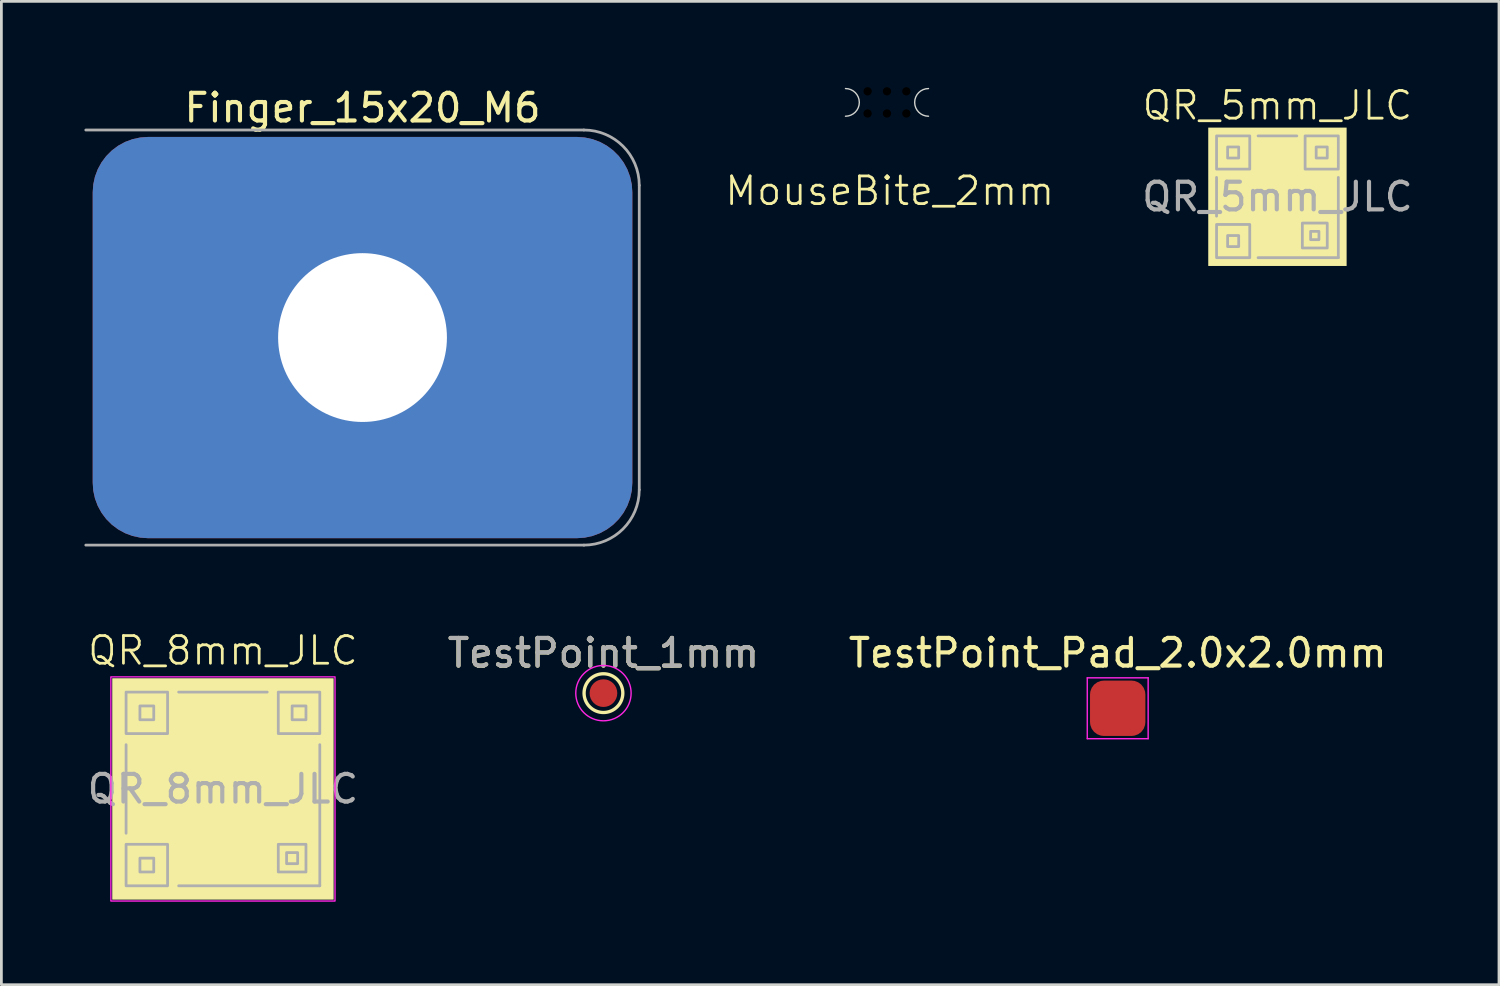
<source format=kicad_pcb>
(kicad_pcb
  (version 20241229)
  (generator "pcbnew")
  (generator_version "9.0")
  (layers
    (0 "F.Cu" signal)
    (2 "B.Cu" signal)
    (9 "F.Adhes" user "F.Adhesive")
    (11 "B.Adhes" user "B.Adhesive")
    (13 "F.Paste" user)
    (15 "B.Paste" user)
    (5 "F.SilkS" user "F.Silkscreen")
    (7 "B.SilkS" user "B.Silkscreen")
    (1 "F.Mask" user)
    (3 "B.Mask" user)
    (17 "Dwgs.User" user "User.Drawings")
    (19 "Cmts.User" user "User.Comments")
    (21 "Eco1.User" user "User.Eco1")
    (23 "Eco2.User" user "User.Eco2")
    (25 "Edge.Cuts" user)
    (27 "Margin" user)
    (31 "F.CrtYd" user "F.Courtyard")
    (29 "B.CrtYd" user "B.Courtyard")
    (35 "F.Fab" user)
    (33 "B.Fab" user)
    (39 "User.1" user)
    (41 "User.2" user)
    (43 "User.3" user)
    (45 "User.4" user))
  (footprint "QR_5mm_JLC"
    (layer "F.Cu")
    (at 43.111 4.061)
    (property "Reference" "QR_5mm_JLC" (at 0 -3.3 0) (unlocked yes) (layer "F.SilkS") (effects (font (size 1 1) (thickness 0.1))))
    (fp_rect (start -2.5 -2.5) (end 2.5 2.5) (stroke (width 0) (type solid)) (fill yes) (layer "F.SilkS"))
    (fp_line (start -2.2 0.7) (end -2.2 -0.7) (stroke (width 0.1) (type default)) (layer "F.Fab"))
    (fp_line (start -0.7 -2.2) (end 0.7 -2.2) (stroke (width 0.1) (type default)) (layer "F.Fab"))
    (fp_line (start 2.2 -0.7) (end 2.2 2.2) (stroke (width 0.1) (type default)) (layer "F.Fab"))
    (fp_line (start 2.2 2.2) (end -0.7 2.2) (stroke (width 0.1) (type default)) (layer "F.Fab"))
    (fp_rect (start -2.2 -2.2) (end -1 -1) (stroke (width 0.1) (type default)) (fill no) (layer "F.Fab"))
    (fp_rect (start -2.2 1) (end -1 2.2) (stroke (width 0.1) (type default)) (fill no) (layer "F.Fab"))
    (fp_rect (start -1.8 -1.8) (end -1.4 -1.4) (stroke (width 0.1) (type solid)) (fill no) (layer "F.Fab"))
    (fp_rect (start -1.8 1.4) (end -1.4 1.8) (stroke (width 0.1) (type solid)) (fill no) (layer "F.Fab"))
    (fp_rect (start 0.9 0.95) (end 1.8 1.85) (stroke (width 0.1) (type default)) (fill no) (layer "F.Fab"))
    (fp_rect (start 1 -2.2) (end 2.2 -1) (stroke (width 0.1) (type default)) (fill no) (layer "F.Fab"))
    (fp_rect (start 1.2 1.25) (end 1.5 1.55) (stroke (width 0.1) (type solid)) (fill no) (layer "F.Fab"))
    (fp_rect (start 1.4 -1.8) (end 1.8 -1.4) (stroke (width 0.1) (type solid)) (fill no) (layer "F.Fab"))
    (fp_text user "${REFERENCE}" (at 0 0 0) (unlocked yes) (layer "F.Fab") (effects (font (size 1 1) (thickness 0.15)))))
  (footprint "TestPoint_Pad_2.0x2.0mm"
    (layer "F.Cu")
    (at 37.339 22.544)
    (property "Reference" "TestPoint_Pad_2.0x2.0mm" (at 0 -1.998 0) (layer "F.SilkS") (effects (font (size 1 1) (thickness 0.15))))
    (attr exclude_from_pos_files exclude_from_bom)
    (fp_line (start -1.1 -1.1) (end -1.1 1.1) (stroke (width 0.05) (type solid)) (layer "F.CrtYd"))
    (fp_line (start -1.1 -1.1) (end 1.1 -1.1) (stroke (width 0.05) (type solid)) (layer "F.CrtYd"))
    (fp_line (start 1.1 1.1) (end -1.1 1.1) (stroke (width 0.05) (type solid)) (layer "F.CrtYd"))
    (fp_line (start 1.1 1.1) (end 1.1 -1.1) (stroke (width 0.05) (type solid)) (layer "F.CrtYd"))
    (pad "1" smd roundrect (at 0 0) (size 2 2) (layers "F.Cu" "F.Mask") (roundrect_rratio 0.25)))
  (footprint "MouseBite_2mm"
    (layer "F.Cu")
    (at 29.002 0.65)
    (property "Reference" "MouseBite_2mm" (at 0.1 3.2 0) (unlocked yes) (layer "F.SilkS") (effects (font (size 1 1) (thickness 0.1))))
    (attr exclude_from_pos_files exclude_from_bom)
    (fp_arc (start -1.5 -0.5) (mid -1 0) (end -1.5 0.5) (stroke (width 0.05) (type default)) (layer "Edge.Cuts"))
    (fp_arc (start 1.5 0.5) (mid 1 0) (end 1.5 -0.5) (stroke (width 0.05) (type default)) (layer "Edge.Cuts"))
    (pad "" np_thru_hole circle (at -0.7 -0.4) (size 0.3 0.3) (drill 0.5) (layers "*.Mask"))
    (pad "" np_thru_hole circle (at -0.7 0.4) (size 0.3 0.3) (drill 0.5) (layers "*.Mask"))
    (pad "" np_thru_hole circle (at 0 -0.4) (size 0.3 0.3) (drill 0.5) (layers "*.Mask"))
    (pad "" np_thru_hole circle (at 0 0.4) (size 0.3 0.3) (drill 0.5) (layers "*.Mask"))
    (pad "" np_thru_hole circle (at 0.7 -0.4) (size 0.3 0.3) (drill 0.5) (layers "*.Mask"))
    (pad "" np_thru_hole circle (at 0.7 0.4) (size 0.3 0.3) (drill 0.5) (layers "*.Mask")))
  (footprint "QR_8mm_JLC"
    (layer "F.Cu")
    (at 5.006 25.459)
    (property "Reference" "QR_8mm_JLC" (at 0 -5 0) (unlocked yes) (layer "F.SilkS") (effects (font (size 1 1) (thickness 0.1))))
    (fp_rect (start -4 -4) (end 4 4) (stroke (width 0) (type solid)) (fill yes) (layer "F.SilkS"))
    (fp_rect (start -4.05 -4.05) (end 4.05 4.05) (stroke (width 0.05) (type default)) (fill no) (layer "F.CrtYd"))
    (fp_line (start -3.5 1.6) (end -3.5 -1.6) (stroke (width 0.1) (type default)) (layer "F.Fab"))
    (fp_line (start -1.6 -3.5) (end 1.6 -3.5) (stroke (width 0.1) (type default)) (layer "F.Fab"))
    (fp_line (start 3.5 -1.6) (end 3.5 3.5) (stroke (width 0.1) (type default)) (layer "F.Fab"))
    (fp_line (start 3.5 3.5) (end -1.6 3.5) (stroke (width 0.1) (type default)) (layer "F.Fab"))
    (fp_rect (start -3.5 -3.5) (end -2 -2) (stroke (width 0.1) (type default)) (fill no) (layer "F.Fab"))
    (fp_rect (start -3.5 2) (end -2 3.5) (stroke (width 0.1) (type default)) (fill no) (layer "F.Fab"))
    (fp_rect (start -3 -3) (end -2.5 -2.5) (stroke (width 0.1) (type solid)) (fill no) (layer "F.Fab"))
    (fp_rect (start -3 2.5) (end -2.5 3) (stroke (width 0.1) (type solid)) (fill no) (layer "F.Fab"))
    (fp_rect (start 2 -3.5) (end 3.5 -2) (stroke (width 0.1) (type default)) (fill no) (layer "F.Fab"))
    (fp_rect (start 2 2) (end 3 3) (stroke (width 0.1) (type default)) (fill no) (layer "F.Fab"))
    (fp_rect (start 2.3 2.3) (end 2.7 2.7) (stroke (width 0.1) (type solid)) (fill no) (layer "F.Fab"))
    (fp_rect (start 2.5 -3) (end 3 -2.5) (stroke (width 0.1) (type solid)) (fill no) (layer "F.Fab"))
    (fp_text user "${REFERENCE}" (at 0 0 0) (unlocked yes) (layer "F.Fab") (effects (font (size 1 1) (thickness 0.15)))))
  (footprint "Finger_15x20_M6"
    (layer "F.Cu")
    (at 10.05 9.148)
    (property "Reference" "Finger_15x20_M6" (at 0 -8.3 0) (unlocked yes) (layer "F.SilkS") (effects (font (size 1 1) (thickness 0.15))))
    (attr through_hole)
    (fp_line (start 8 -7.5) (end -10 -7.5) (stroke (width 0.1) (type solid)) (layer "F.Fab"))
    (fp_line (start 8 7.5) (end -10 7.5) (stroke (width 0.1) (type solid)) (layer "F.Fab"))
    (fp_line (start 10 5.5) (end 10 -5.5) (stroke (width 0.1) (type solid)) (layer "F.Fab"))
    (fp_arc (start 8 -7.5) (mid 9.414214 -6.914214) (end 10 -5.5) (stroke (width 0.1) (type solid)) (layer "F.Fab"))
    (fp_arc (start 10 5.5) (mid 9.414214 6.914214) (end 8 7.5) (stroke (width 0.1) (type solid)) (layer "F.Fab"))
    (pad "1" thru_hole roundrect (at 0 0) (size 19.5 14.5) (drill 6.1) (layers "*.Cu" "*.Mask") (roundrect_rratio 0.138)))
  (footprint "TestPoint_1mm"
    (layer "F.Cu")
    (at 18.756 21.997)
    (property "Reference" "TestPoint_1mm" (at 0 -1.448 0) (layer "F.SilkS") (effects (font (size 1 1) (thickness 0.15))))
    (attr exclude_from_pos_files exclude_from_bom)
    (fp_circle (center 0 0) (end 0 0.7) (stroke (width 0.12) (type solid)) (fill no) (layer "F.SilkS"))
    (fp_circle (center 0 0) (end 1 0) (stroke (width 0.05) (type solid)) (fill no) (layer "F.CrtYd"))
    (fp_text user "${REFERENCE}" (at 0 -1.45 0) (layer "F.Fab") (effects (font (size 1 1) (thickness 0.15))))
    (pad "1" smd circle (at 0 0) (size 1 1) (layers "F.Cu" "F.Mask")))
  (gr_rect
    (start -3 -3)
    (end 51.117 32.534)
    (stroke (width 0.1) (type default))
    (fill no)
    (layer "Edge.Cuts")))
</source>
